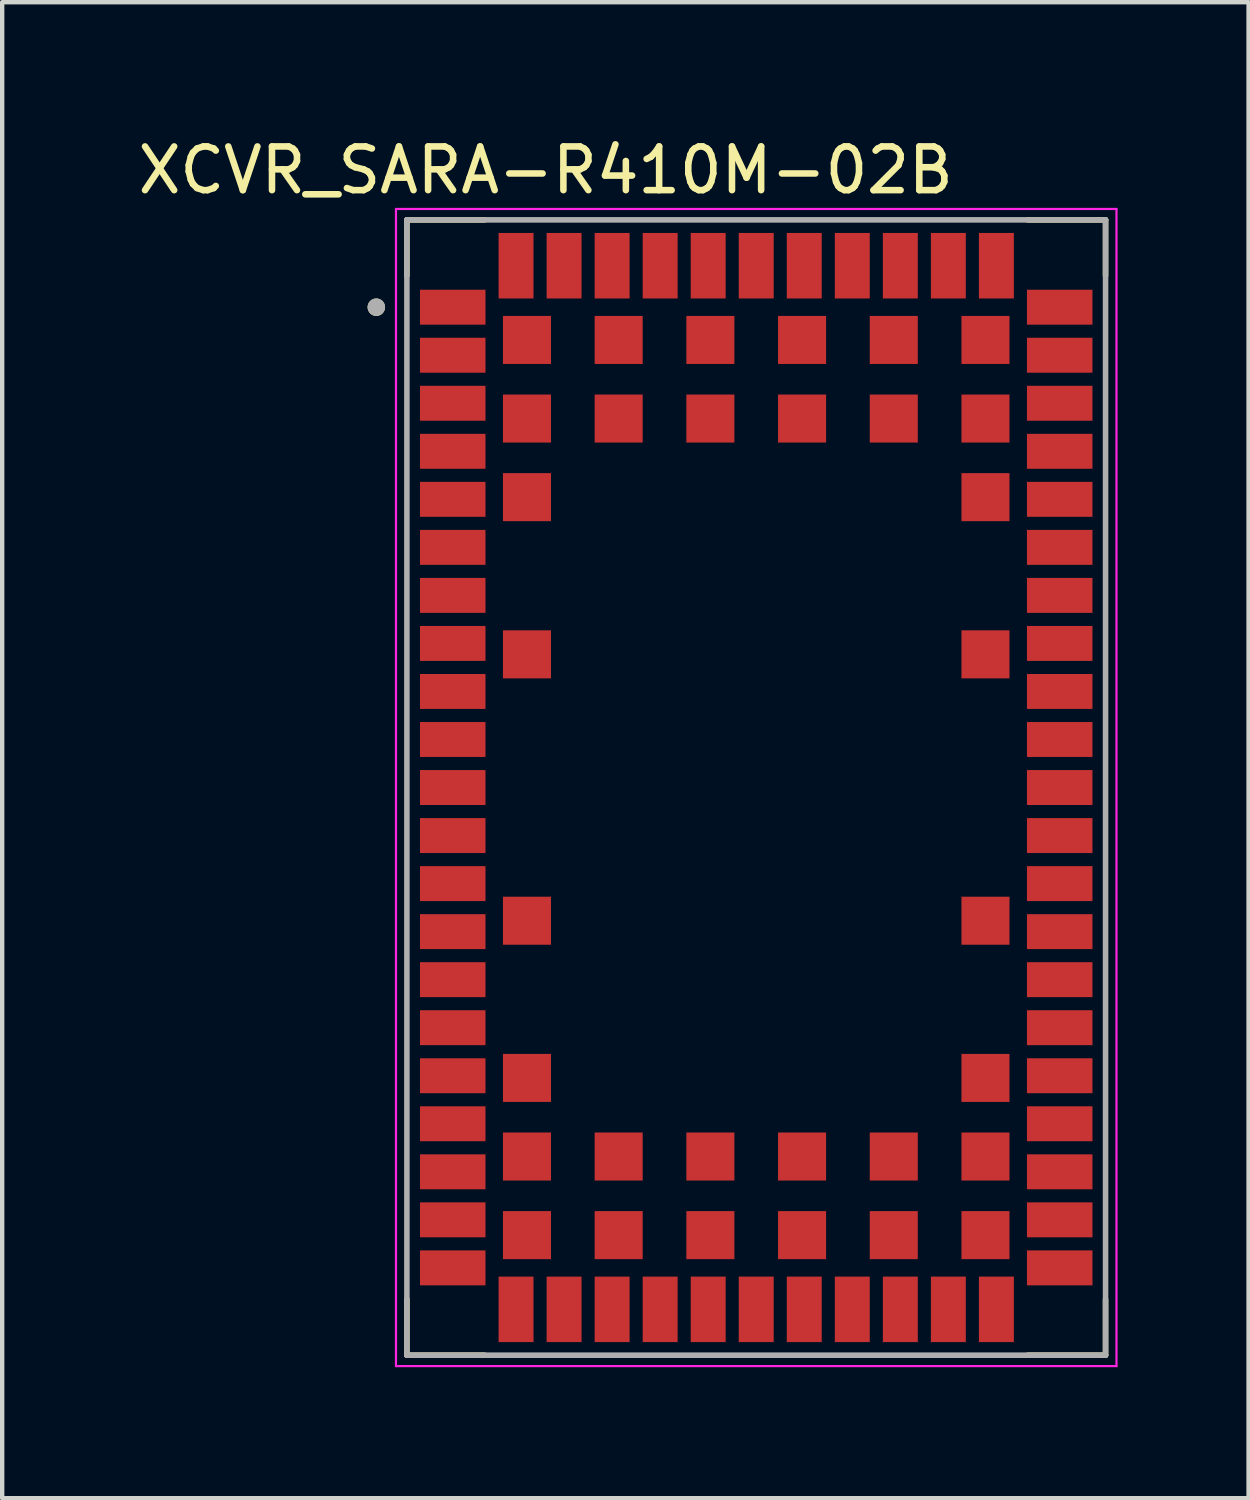
<source format=kicad_pcb>
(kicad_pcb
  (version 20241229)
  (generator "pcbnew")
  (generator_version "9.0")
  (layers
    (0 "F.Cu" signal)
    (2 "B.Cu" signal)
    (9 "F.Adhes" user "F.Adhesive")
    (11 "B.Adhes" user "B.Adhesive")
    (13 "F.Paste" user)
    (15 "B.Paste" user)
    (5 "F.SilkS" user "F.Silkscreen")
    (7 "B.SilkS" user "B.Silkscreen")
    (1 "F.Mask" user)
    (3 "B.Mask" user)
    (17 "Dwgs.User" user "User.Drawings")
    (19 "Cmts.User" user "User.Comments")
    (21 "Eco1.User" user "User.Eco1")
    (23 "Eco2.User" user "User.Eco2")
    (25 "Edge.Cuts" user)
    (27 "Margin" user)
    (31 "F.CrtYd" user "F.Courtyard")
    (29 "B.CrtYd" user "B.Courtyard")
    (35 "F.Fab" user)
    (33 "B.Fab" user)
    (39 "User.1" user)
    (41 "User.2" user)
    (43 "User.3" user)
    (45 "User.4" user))
  (footprint "XCVR_SARA-R410M-02B"
    (layer "F.Cu")
    (at 14.268 14.985)
    (property "Reference" "XCVR_SARA-R410M-02B" (at -4.821 -14.136 0) (layer "F.SilkS") (effects (font (size 1.001 1.001) (thickness 0.15))))
    (attr smd)
    (fp_poly (pts (xy -7.75 -11.45) (xy -6.15 -11.45) (xy -6.15 -10.55) (xy -7.75 -10.55)) (stroke (width 0.01) (type solid)) (fill yes) (layer "F.Mask"))
    (fp_poly (pts (xy -7.75 -10.35) (xy -6.15 -10.35) (xy -6.15 -9.45) (xy -7.75 -9.45)) (stroke (width 0.01) (type solid)) (fill yes) (layer "F.Mask"))
    (fp_poly (pts (xy -7.75 -9.25) (xy -6.15 -9.25) (xy -6.15 -8.35) (xy -7.75 -8.35)) (stroke (width 0.01) (type solid)) (fill yes) (layer "F.Mask"))
    (fp_poly (pts (xy -7.75 -8.15) (xy -6.15 -8.15) (xy -6.15 -7.25) (xy -7.75 -7.25)) (stroke (width 0.01) (type solid)) (fill yes) (layer "F.Mask"))
    (fp_poly (pts (xy -7.75 -7.05) (xy -6.15 -7.05) (xy -6.15 -6.15) (xy -7.75 -6.15)) (stroke (width 0.01) (type solid)) (fill yes) (layer "F.Mask"))
    (fp_poly (pts (xy -7.75 -5.95) (xy -6.15 -5.95) (xy -6.15 -5.05) (xy -7.75 -5.05)) (stroke (width 0.01) (type solid)) (fill yes) (layer "F.Mask"))
    (fp_poly (pts (xy -7.75 -4.85) (xy -6.15 -4.85) (xy -6.15 -3.95) (xy -7.75 -3.95)) (stroke (width 0.01) (type solid)) (fill yes) (layer "F.Mask"))
    (fp_poly (pts (xy -7.75 -3.75) (xy -6.15 -3.75) (xy -6.15 -2.85) (xy -7.75 -2.85)) (stroke (width 0.01) (type solid)) (fill yes) (layer "F.Mask"))
    (fp_poly (pts (xy -7.75 -2.65) (xy -6.15 -2.65) (xy -6.15 -1.75) (xy -7.75 -1.75)) (stroke (width 0.01) (type solid)) (fill yes) (layer "F.Mask"))
    (fp_poly (pts (xy -7.75 -1.55) (xy -6.15 -1.55) (xy -6.15 -0.65) (xy -7.75 -0.65)) (stroke (width 0.01) (type solid)) (fill yes) (layer "F.Mask"))
    (fp_poly (pts (xy -7.75 -0.45) (xy -6.15 -0.45) (xy -6.15 0.45) (xy -7.75 0.45)) (stroke (width 0.01) (type solid)) (fill yes) (layer "F.Mask"))
    (fp_poly (pts (xy -7.75 0.65) (xy -6.15 0.65) (xy -6.15 1.55) (xy -7.75 1.55)) (stroke (width 0.01) (type solid)) (fill yes) (layer "F.Mask"))
    (fp_poly (pts (xy -7.75 1.75) (xy -6.15 1.75) (xy -6.15 2.65) (xy -7.75 2.65)) (stroke (width 0.01) (type solid)) (fill yes) (layer "F.Mask"))
    (fp_poly (pts (xy -7.75 2.85) (xy -6.15 2.85) (xy -6.15 3.75) (xy -7.75 3.75)) (stroke (width 0.01) (type solid)) (fill yes) (layer "F.Mask"))
    (fp_poly (pts (xy -7.75 3.95) (xy -6.15 3.95) (xy -6.15 4.85) (xy -7.75 4.85)) (stroke (width 0.01) (type solid)) (fill yes) (layer "F.Mask"))
    (fp_poly (pts (xy -7.75 5.05) (xy -6.15 5.05) (xy -6.15 5.95) (xy -7.75 5.95)) (stroke (width 0.01) (type solid)) (fill yes) (layer "F.Mask"))
    (fp_poly (pts (xy -7.75 6.15) (xy -6.15 6.15) (xy -6.15 7.05) (xy -7.75 7.05)) (stroke (width 0.01) (type solid)) (fill yes) (layer "F.Mask"))
    (fp_poly (pts (xy -7.75 7.25) (xy -6.15 7.25) (xy -6.15 8.15) (xy -7.75 8.15)) (stroke (width 0.01) (type solid)) (fill yes) (layer "F.Mask"))
    (fp_poly (pts (xy -7.75 8.35) (xy -6.15 8.35) (xy -6.15 9.25) (xy -7.75 9.25)) (stroke (width 0.01) (type solid)) (fill yes) (layer "F.Mask"))
    (fp_poly (pts (xy -7.75 9.45) (xy -6.15 9.45) (xy -6.15 10.35) (xy -7.75 10.35)) (stroke (width 0.01) (type solid)) (fill yes) (layer "F.Mask"))
    (fp_poly (pts (xy -7.75 10.55) (xy -6.15 10.55) (xy -6.15 11.45) (xy -7.75 11.45)) (stroke (width 0.01) (type solid)) (fill yes) (layer "F.Mask"))
    (fp_poly (pts (xy -5.95 -12.75) (xy -5.05 -12.75) (xy -5.05 -11.15) (xy -5.95 -11.15)) (stroke (width 0.01) (type solid)) (fill yes) (layer "F.Mask"))
    (fp_poly (pts (xy -5.95 11.15) (xy -5.05 11.15) (xy -5.05 12.75) (xy -5.95 12.75)) (stroke (width 0.01) (type solid)) (fill yes) (layer "F.Mask"))
    (fp_poly (pts (xy -5.85 -10.85) (xy -4.65 -10.85) (xy -4.65 -9.65) (xy -5.85 -9.65)) (stroke (width 0.01) (type solid)) (fill yes) (layer "F.Mask"))
    (fp_poly (pts (xy -5.85 -9.05) (xy -4.65 -9.05) (xy -4.65 -7.85) (xy -5.85 -7.85)) (stroke (width 0.01) (type solid)) (fill yes) (layer "F.Mask"))
    (fp_poly (pts (xy -5.85 -7.25) (xy -4.65 -7.25) (xy -4.65 -6.05) (xy -5.85 -6.05)) (stroke (width 0.01) (type solid)) (fill yes) (layer "F.Mask"))
    (fp_poly (pts (xy -5.85 -3.65) (xy -4.65 -3.65) (xy -4.65 -2.45) (xy -5.85 -2.45)) (stroke (width 0.01) (type solid)) (fill yes) (layer "F.Mask"))
    (fp_poly (pts (xy -5.85 2.45) (xy -4.65 2.45) (xy -4.65 3.65) (xy -5.85 3.65)) (stroke (width 0.01) (type solid)) (fill yes) (layer "F.Mask"))
    (fp_poly (pts (xy -5.85 6.05) (xy -4.65 6.05) (xy -4.65 7.25) (xy -5.85 7.25)) (stroke (width 0.01) (type solid)) (fill yes) (layer "F.Mask"))
    (fp_poly (pts (xy -5.85 7.85) (xy -4.65 7.85) (xy -4.65 9.05) (xy -5.85 9.05)) (stroke (width 0.01) (type solid)) (fill yes) (layer "F.Mask"))
    (fp_poly (pts (xy -5.85 9.65) (xy -4.65 9.65) (xy -4.65 10.85) (xy -5.85 10.85)) (stroke (width 0.01) (type solid)) (fill yes) (layer "F.Mask"))
    (fp_poly (pts (xy -4.85 -12.75) (xy -3.95 -12.75) (xy -3.95 -11.15) (xy -4.85 -11.15)) (stroke (width 0.01) (type solid)) (fill yes) (layer "F.Mask"))
    (fp_poly (pts (xy -4.85 11.15) (xy -3.95 11.15) (xy -3.95 12.75) (xy -4.85 12.75)) (stroke (width 0.01) (type solid)) (fill yes) (layer "F.Mask"))
    (fp_poly (pts (xy -3.75 -12.75) (xy -2.85 -12.75) (xy -2.85 -11.15) (xy -3.75 -11.15)) (stroke (width 0.01) (type solid)) (fill yes) (layer "F.Mask"))
    (fp_poly (pts (xy -3.75 -10.85) (xy -2.55 -10.85) (xy -2.55 -9.65) (xy -3.75 -9.65)) (stroke (width 0.01) (type solid)) (fill yes) (layer "F.Mask"))
    (fp_poly (pts (xy -3.75 -9.05) (xy -2.55 -9.05) (xy -2.55 -7.85) (xy -3.75 -7.85)) (stroke (width 0.01) (type solid)) (fill yes) (layer "F.Mask"))
    (fp_poly (pts (xy -3.75 7.85) (xy -2.55 7.85) (xy -2.55 9.05) (xy -3.75 9.05)) (stroke (width 0.01) (type solid)) (fill yes) (layer "F.Mask"))
    (fp_poly (pts (xy -3.75 9.65) (xy -2.55 9.65) (xy -2.55 10.85) (xy -3.75 10.85)) (stroke (width 0.01) (type solid)) (fill yes) (layer "F.Mask"))
    (fp_poly (pts (xy -3.75 11.15) (xy -2.85 11.15) (xy -2.85 12.75) (xy -3.75 12.75)) (stroke (width 0.01) (type solid)) (fill yes) (layer "F.Mask"))
    (fp_poly (pts (xy -2.65 -12.75) (xy -1.75 -12.75) (xy -1.75 -11.15) (xy -2.65 -11.15)) (stroke (width 0.01) (type solid)) (fill yes) (layer "F.Mask"))
    (fp_poly (pts (xy -2.65 11.15) (xy -1.75 11.15) (xy -1.75 12.75) (xy -2.65 12.75)) (stroke (width 0.01) (type solid)) (fill yes) (layer "F.Mask"))
    (fp_poly (pts (xy -1.65 -10.85) (xy -0.45 -10.85) (xy -0.45 -9.65) (xy -1.65 -9.65)) (stroke (width 0.01) (type solid)) (fill yes) (layer "F.Mask"))
    (fp_poly (pts (xy -1.65 -9.05) (xy -0.45 -9.05) (xy -0.45 -7.85) (xy -1.65 -7.85)) (stroke (width 0.01) (type solid)) (fill yes) (layer "F.Mask"))
    (fp_poly (pts (xy -1.65 7.85) (xy -0.45 7.85) (xy -0.45 9.05) (xy -1.65 9.05)) (stroke (width 0.01) (type solid)) (fill yes) (layer "F.Mask"))
    (fp_poly (pts (xy -1.65 9.65) (xy -0.45 9.65) (xy -0.45 10.85) (xy -1.65 10.85)) (stroke (width 0.01) (type solid)) (fill yes) (layer "F.Mask"))
    (fp_poly (pts (xy -1.55 -12.75) (xy -0.65 -12.75) (xy -0.65 -11.15) (xy -1.55 -11.15)) (stroke (width 0.01) (type solid)) (fill yes) (layer "F.Mask"))
    (fp_poly (pts (xy -1.55 11.15) (xy -0.65 11.15) (xy -0.65 12.75) (xy -1.55 12.75)) (stroke (width 0.01) (type solid)) (fill yes) (layer "F.Mask"))
    (fp_poly (pts (xy -0.45 -12.75) (xy 0.45 -12.75) (xy 0.45 -11.15) (xy -0.45 -11.15)) (stroke (width 0.01) (type solid)) (fill yes) (layer "F.Mask"))
    (fp_poly (pts (xy -0.45 11.15) (xy 0.45 11.15) (xy 0.45 12.75) (xy -0.45 12.75)) (stroke (width 0.01) (type solid)) (fill yes) (layer "F.Mask"))
    (fp_poly (pts (xy 0.45 -10.85) (xy 1.65 -10.85) (xy 1.65 -9.65) (xy 0.45 -9.65)) (stroke (width 0.01) (type solid)) (fill yes) (layer "F.Mask"))
    (fp_poly (pts (xy 0.45 -9.05) (xy 1.65 -9.05) (xy 1.65 -7.85) (xy 0.45 -7.85)) (stroke (width 0.01) (type solid)) (fill yes) (layer "F.Mask"))
    (fp_poly (pts (xy 0.45 7.85) (xy 1.65 7.85) (xy 1.65 9.05) (xy 0.45 9.05)) (stroke (width 0.01) (type solid)) (fill yes) (layer "F.Mask"))
    (fp_poly (pts (xy 0.45 9.65) (xy 1.65 9.65) (xy 1.65 10.85) (xy 0.45 10.85)) (stroke (width 0.01) (type solid)) (fill yes) (layer "F.Mask"))
    (fp_poly (pts (xy 0.65 -12.75) (xy 1.55 -12.75) (xy 1.55 -11.15) (xy 0.65 -11.15)) (stroke (width 0.01) (type solid)) (fill yes) (layer "F.Mask"))
    (fp_poly (pts (xy 0.65 11.15) (xy 1.55 11.15) (xy 1.55 12.75) (xy 0.65 12.75)) (stroke (width 0.01) (type solid)) (fill yes) (layer "F.Mask"))
    (fp_poly (pts (xy 1.75 -12.75) (xy 2.65 -12.75) (xy 2.65 -11.15) (xy 1.75 -11.15)) (stroke (width 0.01) (type solid)) (fill yes) (layer "F.Mask"))
    (fp_poly (pts (xy 1.75 11.15) (xy 2.65 11.15) (xy 2.65 12.75) (xy 1.75 12.75)) (stroke (width 0.01) (type solid)) (fill yes) (layer "F.Mask"))
    (fp_poly (pts (xy 2.55 -10.85) (xy 3.75 -10.85) (xy 3.75 -9.65) (xy 2.55 -9.65)) (stroke (width 0.01) (type solid)) (fill yes) (layer "F.Mask"))
    (fp_poly (pts (xy 2.55 -9.05) (xy 3.75 -9.05) (xy 3.75 -7.85) (xy 2.55 -7.85)) (stroke (width 0.01) (type solid)) (fill yes) (layer "F.Mask"))
    (fp_poly (pts (xy 2.55 7.85) (xy 3.75 7.85) (xy 3.75 9.05) (xy 2.55 9.05)) (stroke (width 0.01) (type solid)) (fill yes) (layer "F.Mask"))
    (fp_poly (pts (xy 2.55 9.65) (xy 3.75 9.65) (xy 3.75 10.85) (xy 2.55 10.85)) (stroke (width 0.01) (type solid)) (fill yes) (layer "F.Mask"))
    (fp_poly (pts (xy 2.85 -12.75) (xy 3.75 -12.75) (xy 3.75 -11.15) (xy 2.85 -11.15)) (stroke (width 0.01) (type solid)) (fill yes) (layer "F.Mask"))
    (fp_poly (pts (xy 2.85 11.15) (xy 3.75 11.15) (xy 3.75 12.75) (xy 2.85 12.75)) (stroke (width 0.01) (type solid)) (fill yes) (layer "F.Mask"))
    (fp_poly (pts (xy 3.95 -12.75) (xy 4.85 -12.75) (xy 4.85 -11.15) (xy 3.95 -11.15)) (stroke (width 0.01) (type solid)) (fill yes) (layer "F.Mask"))
    (fp_poly (pts (xy 3.95 11.15) (xy 4.85 11.15) (xy 4.85 12.75) (xy 3.95 12.75)) (stroke (width 0.01) (type solid)) (fill yes) (layer "F.Mask"))
    (fp_poly (pts (xy 4.65 -10.85) (xy 5.85 -10.85) (xy 5.85 -9.65) (xy 4.65 -9.65)) (stroke (width 0.01) (type solid)) (fill yes) (layer "F.Mask"))
    (fp_poly (pts (xy 4.65 -9.05) (xy 5.85 -9.05) (xy 5.85 -7.85) (xy 4.65 -7.85)) (stroke (width 0.01) (type solid)) (fill yes) (layer "F.Mask"))
    (fp_poly (pts (xy 4.65 -7.25) (xy 5.85 -7.25) (xy 5.85 -6.05) (xy 4.65 -6.05)) (stroke (width 0.01) (type solid)) (fill yes) (layer "F.Mask"))
    (fp_poly (pts (xy 4.65 -3.65) (xy 5.85 -3.65) (xy 5.85 -2.45) (xy 4.65 -2.45)) (stroke (width 0.01) (type solid)) (fill yes) (layer "F.Mask"))
    (fp_poly (pts (xy 4.65 2.45) (xy 5.85 2.45) (xy 5.85 3.65) (xy 4.65 3.65)) (stroke (width 0.01) (type solid)) (fill yes) (layer "F.Mask"))
    (fp_poly (pts (xy 4.65 6.05) (xy 5.85 6.05) (xy 5.85 7.25) (xy 4.65 7.25)) (stroke (width 0.01) (type solid)) (fill yes) (layer "F.Mask"))
    (fp_poly (pts (xy 4.65 7.85) (xy 5.85 7.85) (xy 5.85 9.05) (xy 4.65 9.05)) (stroke (width 0.01) (type solid)) (fill yes) (layer "F.Mask"))
    (fp_poly (pts (xy 4.65 9.65) (xy 5.85 9.65) (xy 5.85 10.85) (xy 4.65 10.85)) (stroke (width 0.01) (type solid)) (fill yes) (layer "F.Mask"))
    (fp_poly (pts (xy 5.05 -12.75) (xy 5.95 -12.75) (xy 5.95 -11.15) (xy 5.05 -11.15)) (stroke (width 0.01) (type solid)) (fill yes) (layer "F.Mask"))
    (fp_poly (pts (xy 5.05 11.15) (xy 5.95 11.15) (xy 5.95 12.75) (xy 5.05 12.75)) (stroke (width 0.01) (type solid)) (fill yes) (layer "F.Mask"))
    (fp_poly (pts (xy 6.15 -11.45) (xy 7.75 -11.45) (xy 7.75 -10.55) (xy 6.15 -10.55)) (stroke (width 0.01) (type solid)) (fill yes) (layer "F.Mask"))
    (fp_poly (pts (xy 6.15 -10.35) (xy 7.75 -10.35) (xy 7.75 -9.45) (xy 6.15 -9.45)) (stroke (width 0.01) (type solid)) (fill yes) (layer "F.Mask"))
    (fp_poly (pts (xy 6.15 -9.25) (xy 7.75 -9.25) (xy 7.75 -8.35) (xy 6.15 -8.35)) (stroke (width 0.01) (type solid)) (fill yes) (layer "F.Mask"))
    (fp_poly (pts (xy 6.15 -8.15) (xy 7.75 -8.15) (xy 7.75 -7.25) (xy 6.15 -7.25)) (stroke (width 0.01) (type solid)) (fill yes) (layer "F.Mask"))
    (fp_poly (pts (xy 6.15 -7.05) (xy 7.75 -7.05) (xy 7.75 -6.15) (xy 6.15 -6.15)) (stroke (width 0.01) (type solid)) (fill yes) (layer "F.Mask"))
    (fp_poly (pts (xy 6.15 -5.95) (xy 7.75 -5.95) (xy 7.75 -5.05) (xy 6.15 -5.05)) (stroke (width 0.01) (type solid)) (fill yes) (layer "F.Mask"))
    (fp_poly (pts (xy 6.15 -4.85) (xy 7.75 -4.85) (xy 7.75 -3.95) (xy 6.15 -3.95)) (stroke (width 0.01) (type solid)) (fill yes) (layer "F.Mask"))
    (fp_poly (pts (xy 6.15 -3.75) (xy 7.75 -3.75) (xy 7.75 -2.85) (xy 6.15 -2.85)) (stroke (width 0.01) (type solid)) (fill yes) (layer "F.Mask"))
    (fp_poly (pts (xy 6.15 -2.65) (xy 7.75 -2.65) (xy 7.75 -1.75) (xy 6.15 -1.75)) (stroke (width 0.01) (type solid)) (fill yes) (layer "F.Mask"))
    (fp_poly (pts (xy 6.15 -1.55) (xy 7.75 -1.55) (xy 7.75 -0.65) (xy 6.15 -0.65)) (stroke (width 0.01) (type solid)) (fill yes) (layer "F.Mask"))
    (fp_poly (pts (xy 6.15 -0.45) (xy 7.75 -0.45) (xy 7.75 0.45) (xy 6.15 0.45)) (stroke (width 0.01) (type solid)) (fill yes) (layer "F.Mask"))
    (fp_poly (pts (xy 6.15 0.65) (xy 7.75 0.65) (xy 7.75 1.55) (xy 6.15 1.55)) (stroke (width 0.01) (type solid)) (fill yes) (layer "F.Mask"))
    (fp_poly (pts (xy 6.15 1.75) (xy 7.75 1.75) (xy 7.75 2.65) (xy 6.15 2.65)) (stroke (width 0.01) (type solid)) (fill yes) (layer "F.Mask"))
    (fp_poly (pts (xy 6.15 2.85) (xy 7.75 2.85) (xy 7.75 3.75) (xy 6.15 3.75)) (stroke (width 0.01) (type solid)) (fill yes) (layer "F.Mask"))
    (fp_poly (pts (xy 6.15 3.95) (xy 7.75 3.95) (xy 7.75 4.85) (xy 6.15 4.85)) (stroke (width 0.01) (type solid)) (fill yes) (layer "F.Mask"))
    (fp_poly (pts (xy 6.15 5.05) (xy 7.75 5.05) (xy 7.75 5.95) (xy 6.15 5.95)) (stroke (width 0.01) (type solid)) (fill yes) (layer "F.Mask"))
    (fp_poly (pts (xy 6.15 6.15) (xy 7.75 6.15) (xy 7.75 7.05) (xy 6.15 7.05)) (stroke (width 0.01) (type solid)) (fill yes) (layer "F.Mask"))
    (fp_poly (pts (xy 6.15 7.25) (xy 7.75 7.25) (xy 7.75 8.15) (xy 6.15 8.15)) (stroke (width 0.01) (type solid)) (fill yes) (layer "F.Mask"))
    (fp_poly (pts (xy 6.15 8.35) (xy 7.75 8.35) (xy 7.75 9.25) (xy 6.15 9.25)) (stroke (width 0.01) (type solid)) (fill yes) (layer "F.Mask"))
    (fp_poly (pts (xy 6.15 9.45) (xy 7.75 9.45) (xy 7.75 10.35) (xy 6.15 10.35)) (stroke (width 0.01) (type solid)) (fill yes) (layer "F.Mask"))
    (fp_poly (pts (xy 6.15 10.55) (xy 7.75 10.55) (xy 7.75 11.45) (xy 6.15 11.45)) (stroke (width 0.01) (type solid)) (fill yes) (layer "F.Mask"))
    (fp_line (start -8 -13) (end -6.22 -13) (stroke (width 0.127) (type solid)) (layer "F.SilkS"))
    (fp_line (start -8 -11.72) (end -8 -13) (stroke (width 0.127) (type solid)) (layer "F.SilkS"))
    (fp_line (start -8 13) (end -8 11.72) (stroke (width 0.127) (type solid)) (layer "F.SilkS"))
    (fp_line (start -8 13) (end -6.22 13) (stroke (width 0.127) (type solid)) (layer "F.SilkS"))
    (fp_line (start 8 -13) (end 6.22 -13) (stroke (width 0.127) (type solid)) (layer "F.SilkS"))
    (fp_line (start 8 -11.72) (end 8 -13) (stroke (width 0.127) (type solid)) (layer "F.SilkS"))
    (fp_line (start 8 13) (end 6.22 13) (stroke (width 0.127) (type solid)) (layer "F.SilkS"))
    (fp_line (start 8 13) (end 8 11.72) (stroke (width 0.127) (type solid)) (layer "F.SilkS"))
    (fp_circle (center -8.7 -11) (end -8.6 -11) (stroke (width 0.2) (type solid)) (fill no) (layer "F.SilkS"))
    (fp_poly (pts (xy -7.775 -11.375) (xy -6.225 -11.375) (xy -6.225 -10.625) (xy -7.775 -10.625)) (stroke (width 0.01) (type solid)) (fill yes) (layer "F.Paste"))
    (fp_poly (pts (xy -7.775 -10.275) (xy -6.225 -10.275) (xy -6.225 -9.525) (xy -7.775 -9.525)) (stroke (width 0.01) (type solid)) (fill yes) (layer "F.Paste"))
    (fp_poly (pts (xy -7.775 -9.175) (xy -6.225 -9.175) (xy -6.225 -8.425) (xy -7.775 -8.425)) (stroke (width 0.01) (type solid)) (fill yes) (layer "F.Paste"))
    (fp_poly (pts (xy -7.775 -8.075) (xy -6.225 -8.075) (xy -6.225 -7.325) (xy -7.775 -7.325)) (stroke (width 0.01) (type solid)) (fill yes) (layer "F.Paste"))
    (fp_poly (pts (xy -7.775 -6.975) (xy -6.225 -6.975) (xy -6.225 -6.225) (xy -7.775 -6.225)) (stroke (width 0.01) (type solid)) (fill yes) (layer "F.Paste"))
    (fp_poly (pts (xy -7.775 -5.875) (xy -6.225 -5.875) (xy -6.225 -5.125) (xy -7.775 -5.125)) (stroke (width 0.01) (type solid)) (fill yes) (layer "F.Paste"))
    (fp_poly (pts (xy -7.775 -4.775) (xy -6.225 -4.775) (xy -6.225 -4.025) (xy -7.775 -4.025)) (stroke (width 0.01) (type solid)) (fill yes) (layer "F.Paste"))
    (fp_poly (pts (xy -7.775 -3.675) (xy -6.225 -3.675) (xy -6.225 -2.925) (xy -7.775 -2.925)) (stroke (width 0.01) (type solid)) (fill yes) (layer "F.Paste"))
    (fp_poly (pts (xy -7.775 -2.575) (xy -6.225 -2.575) (xy -6.225 -1.825) (xy -7.775 -1.825)) (stroke (width 0.01) (type solid)) (fill yes) (layer "F.Paste"))
    (fp_poly (pts (xy -7.775 -1.475) (xy -6.225 -1.475) (xy -6.225 -0.725) (xy -7.775 -0.725)) (stroke (width 0.01) (type solid)) (fill yes) (layer "F.Paste"))
    (fp_poly (pts (xy -7.775 -0.375) (xy -6.225 -0.375) (xy -6.225 0.375) (xy -7.775 0.375)) (stroke (width 0.01) (type solid)) (fill yes) (layer "F.Paste"))
    (fp_poly (pts (xy -7.775 0.725) (xy -6.225 0.725) (xy -6.225 1.475) (xy -7.775 1.475)) (stroke (width 0.01) (type solid)) (fill yes) (layer "F.Paste"))
    (fp_poly (pts (xy -7.775 1.825) (xy -6.225 1.825) (xy -6.225 2.575) (xy -7.775 2.575)) (stroke (width 0.01) (type solid)) (fill yes) (layer "F.Paste"))
    (fp_poly (pts (xy -7.775 2.925) (xy -6.225 2.925) (xy -6.225 3.675) (xy -7.775 3.675)) (stroke (width 0.01) (type solid)) (fill yes) (layer "F.Paste"))
    (fp_poly (pts (xy -7.775 4.025) (xy -6.225 4.025) (xy -6.225 4.775) (xy -7.775 4.775)) (stroke (width 0.01) (type solid)) (fill yes) (layer "F.Paste"))
    (fp_poly (pts (xy -7.775 5.125) (xy -6.225 5.125) (xy -6.225 5.875) (xy -7.775 5.875)) (stroke (width 0.01) (type solid)) (fill yes) (layer "F.Paste"))
    (fp_poly (pts (xy -7.775 6.225) (xy -6.225 6.225) (xy -6.225 6.975) (xy -7.775 6.975)) (stroke (width 0.01) (type solid)) (fill yes) (layer "F.Paste"))
    (fp_poly (pts (xy -7.775 7.325) (xy -6.225 7.325) (xy -6.225 8.075) (xy -7.775 8.075)) (stroke (width 0.01) (type solid)) (fill yes) (layer "F.Paste"))
    (fp_poly (pts (xy -7.775 8.425) (xy -6.225 8.425) (xy -6.225 9.175) (xy -7.775 9.175)) (stroke (width 0.01) (type solid)) (fill yes) (layer "F.Paste"))
    (fp_poly (pts (xy -7.775 9.525) (xy -6.225 9.525) (xy -6.225 10.275) (xy -7.775 10.275)) (stroke (width 0.01) (type solid)) (fill yes) (layer "F.Paste"))
    (fp_poly (pts (xy -7.775 10.625) (xy -6.225 10.625) (xy -6.225 11.375) (xy -7.775 11.375)) (stroke (width 0.01) (type solid)) (fill yes) (layer "F.Paste"))
    (fp_poly (pts (xy -5.875 -12.775) (xy -5.125 -12.775) (xy -5.125 -11.225) (xy -5.875 -11.225)) (stroke (width 0.01) (type solid)) (fill yes) (layer "F.Paste"))
    (fp_poly (pts (xy -5.875 11.225) (xy -5.125 11.225) (xy -5.125 12.775) (xy -5.875 12.775)) (stroke (width 0.01) (type solid)) (fill yes) (layer "F.Paste"))
    (fp_poly (pts (xy -5.775 -10.775) (xy -4.725 -10.775) (xy -4.725 -9.725) (xy -5.775 -9.725)) (stroke (width 0.01) (type solid)) (fill yes) (layer "F.Paste"))
    (fp_poly (pts (xy -5.775 -8.975) (xy -4.725 -8.975) (xy -4.725 -7.925) (xy -5.775 -7.925)) (stroke (width 0.01) (type solid)) (fill yes) (layer "F.Paste"))
    (fp_poly (pts (xy -5.775 -7.175) (xy -4.725 -7.175) (xy -4.725 -6.125) (xy -5.775 -6.125)) (stroke (width 0.01) (type solid)) (fill yes) (layer "F.Paste"))
    (fp_poly (pts (xy -5.775 -3.575) (xy -4.725 -3.575) (xy -4.725 -2.525) (xy -5.775 -2.525)) (stroke (width 0.01) (type solid)) (fill yes) (layer "F.Paste"))
    (fp_poly (pts (xy -5.775 2.525) (xy -4.725 2.525) (xy -4.725 3.575) (xy -5.775 3.575)) (stroke (width 0.01) (type solid)) (fill yes) (layer "F.Paste"))
    (fp_poly (pts (xy -5.775 6.125) (xy -4.725 6.125) (xy -4.725 7.175) (xy -5.775 7.175)) (stroke (width 0.01) (type solid)) (fill yes) (layer "F.Paste"))
    (fp_poly (pts (xy -5.775 7.925) (xy -4.725 7.925) (xy -4.725 8.975) (xy -5.775 8.975)) (stroke (width 0.01) (type solid)) (fill yes) (layer "F.Paste"))
    (fp_poly (pts (xy -5.775 9.725) (xy -4.725 9.725) (xy -4.725 10.775) (xy -5.775 10.775)) (stroke (width 0.01) (type solid)) (fill yes) (layer "F.Paste"))
    (fp_poly (pts (xy -4.775 -12.775) (xy -4.025 -12.775) (xy -4.025 -11.225) (xy -4.775 -11.225)) (stroke (width 0.01) (type solid)) (fill yes) (layer "F.Paste"))
    (fp_poly (pts (xy -4.775 11.225) (xy -4.025 11.225) (xy -4.025 12.775) (xy -4.775 12.775)) (stroke (width 0.01) (type solid)) (fill yes) (layer "F.Paste"))
    (fp_poly (pts (xy -3.675 -12.775) (xy -2.925 -12.775) (xy -2.925 -11.225) (xy -3.675 -11.225)) (stroke (width 0.01) (type solid)) (fill yes) (layer "F.Paste"))
    (fp_poly (pts (xy -3.675 -10.775) (xy -2.625 -10.775) (xy -2.625 -9.725) (xy -3.675 -9.725)) (stroke (width 0.01) (type solid)) (fill yes) (layer "F.Paste"))
    (fp_poly (pts (xy -3.675 -8.975) (xy -2.625 -8.975) (xy -2.625 -7.925) (xy -3.675 -7.925)) (stroke (width 0.01) (type solid)) (fill yes) (layer "F.Paste"))
    (fp_poly (pts (xy -3.675 7.925) (xy -2.625 7.925) (xy -2.625 8.975) (xy -3.675 8.975)) (stroke (width 0.01) (type solid)) (fill yes) (layer "F.Paste"))
    (fp_poly (pts (xy -3.675 9.725) (xy -2.625 9.725) (xy -2.625 10.775) (xy -3.675 10.775)) (stroke (width 0.01) (type solid)) (fill yes) (layer "F.Paste"))
    (fp_poly (pts (xy -3.675 11.225) (xy -2.925 11.225) (xy -2.925 12.775) (xy -3.675 12.775)) (stroke (width 0.01) (type solid)) (fill yes) (layer "F.Paste"))
    (fp_poly (pts (xy -2.575 -12.775) (xy -1.825 -12.775) (xy -1.825 -11.225) (xy -2.575 -11.225)) (stroke (width 0.01) (type solid)) (fill yes) (layer "F.Paste"))
    (fp_poly (pts (xy -2.575 11.225) (xy -1.825 11.225) (xy -1.825 12.775) (xy -2.575 12.775)) (stroke (width 0.01) (type solid)) (fill yes) (layer "F.Paste"))
    (fp_poly (pts (xy -1.575 -10.775) (xy -0.525 -10.775) (xy -0.525 -9.725) (xy -1.575 -9.725)) (stroke (width 0.01) (type solid)) (fill yes) (layer "F.Paste"))
    (fp_poly (pts (xy -1.575 -8.975) (xy -0.525 -8.975) (xy -0.525 -7.925) (xy -1.575 -7.925)) (stroke (width 0.01) (type solid)) (fill yes) (layer "F.Paste"))
    (fp_poly (pts (xy -1.575 7.925) (xy -0.525 7.925) (xy -0.525 8.975) (xy -1.575 8.975)) (stroke (width 0.01) (type solid)) (fill yes) (layer "F.Paste"))
    (fp_poly (pts (xy -1.575 9.725) (xy -0.525 9.725) (xy -0.525 10.775) (xy -1.575 10.775)) (stroke (width 0.01) (type solid)) (fill yes) (layer "F.Paste"))
    (fp_poly (pts (xy -1.475 -12.775) (xy -0.725 -12.775) (xy -0.725 -11.225) (xy -1.475 -11.225)) (stroke (width 0.01) (type solid)) (fill yes) (layer "F.Paste"))
    (fp_poly (pts (xy -1.475 11.225) (xy -0.725 11.225) (xy -0.725 12.775) (xy -1.475 12.775)) (stroke (width 0.01) (type solid)) (fill yes) (layer "F.Paste"))
    (fp_poly (pts (xy -0.375 -12.775) (xy 0.375 -12.775) (xy 0.375 -11.225) (xy -0.375 -11.225)) (stroke (width 0.01) (type solid)) (fill yes) (layer "F.Paste"))
    (fp_poly (pts (xy -0.375 11.225) (xy 0.375 11.225) (xy 0.375 12.775) (xy -0.375 12.775)) (stroke (width 0.01) (type solid)) (fill yes) (layer "F.Paste"))
    (fp_poly (pts (xy 0.525 -10.775) (xy 1.575 -10.775) (xy 1.575 -9.725) (xy 0.525 -9.725)) (stroke (width 0.01) (type solid)) (fill yes) (layer "F.Paste"))
    (fp_poly (pts (xy 0.525 -8.975) (xy 1.575 -8.975) (xy 1.575 -7.925) (xy 0.525 -7.925)) (stroke (width 0.01) (type solid)) (fill yes) (layer "F.Paste"))
    (fp_poly (pts (xy 0.525 7.925) (xy 1.575 7.925) (xy 1.575 8.975) (xy 0.525 8.975)) (stroke (width 0.01) (type solid)) (fill yes) (layer "F.Paste"))
    (fp_poly (pts (xy 0.525 9.725) (xy 1.575 9.725) (xy 1.575 10.775) (xy 0.525 10.775)) (stroke (width 0.01) (type solid)) (fill yes) (layer "F.Paste"))
    (fp_poly (pts (xy 0.725 -12.775) (xy 1.475 -12.775) (xy 1.475 -11.225) (xy 0.725 -11.225)) (stroke (width 0.01) (type solid)) (fill yes) (layer "F.Paste"))
    (fp_poly (pts (xy 0.725 11.225) (xy 1.475 11.225) (xy 1.475 12.775) (xy 0.725 12.775)) (stroke (width 0.01) (type solid)) (fill yes) (layer "F.Paste"))
    (fp_poly (pts (xy 1.825 -12.775) (xy 2.575 -12.775) (xy 2.575 -11.225) (xy 1.825 -11.225)) (stroke (width 0.01) (type solid)) (fill yes) (layer "F.Paste"))
    (fp_poly (pts (xy 1.825 11.225) (xy 2.575 11.225) (xy 2.575 12.775) (xy 1.825 12.775)) (stroke (width 0.01) (type solid)) (fill yes) (layer "F.Paste"))
    (fp_poly (pts (xy 2.625 -10.775) (xy 3.675 -10.775) (xy 3.675 -9.725) (xy 2.625 -9.725)) (stroke (width 0.01) (type solid)) (fill yes) (layer "F.Paste"))
    (fp_poly (pts (xy 2.625 -8.975) (xy 3.675 -8.975) (xy 3.675 -7.925) (xy 2.625 -7.925)) (stroke (width 0.01) (type solid)) (fill yes) (layer "F.Paste"))
    (fp_poly (pts (xy 2.625 7.925) (xy 3.675 7.925) (xy 3.675 8.975) (xy 2.625 8.975)) (stroke (width 0.01) (type solid)) (fill yes) (layer "F.Paste"))
    (fp_poly (pts (xy 2.625 9.725) (xy 3.675 9.725) (xy 3.675 10.775) (xy 2.625 10.775)) (stroke (width 0.01) (type solid)) (fill yes) (layer "F.Paste"))
    (fp_poly (pts (xy 2.925 -12.775) (xy 3.675 -12.775) (xy 3.675 -11.225) (xy 2.925 -11.225)) (stroke (width 0.01) (type solid)) (fill yes) (layer "F.Paste"))
    (fp_poly (pts (xy 2.925 11.225) (xy 3.675 11.225) (xy 3.675 12.775) (xy 2.925 12.775)) (stroke (width 0.01) (type solid)) (fill yes) (layer "F.Paste"))
    (fp_poly (pts (xy 4.025 -12.775) (xy 4.775 -12.775) (xy 4.775 -11.225) (xy 4.025 -11.225)) (stroke (width 0.01) (type solid)) (fill yes) (layer "F.Paste"))
    (fp_poly (pts (xy 4.025 11.225) (xy 4.775 11.225) (xy 4.775 12.775) (xy 4.025 12.775)) (stroke (width 0.01) (type solid)) (fill yes) (layer "F.Paste"))
    (fp_poly (pts (xy 4.725 -10.775) (xy 5.775 -10.775) (xy 5.775 -9.725) (xy 4.725 -9.725)) (stroke (width 0.01) (type solid)) (fill yes) (layer "F.Paste"))
    (fp_poly (pts (xy 4.725 -8.975) (xy 5.775 -8.975) (xy 5.775 -7.925) (xy 4.725 -7.925)) (stroke (width 0.01) (type solid)) (fill yes) (layer "F.Paste"))
    (fp_poly (pts (xy 4.725 -7.175) (xy 5.775 -7.175) (xy 5.775 -6.125) (xy 4.725 -6.125)) (stroke (width 0.01) (type solid)) (fill yes) (layer "F.Paste"))
    (fp_poly (pts (xy 4.725 -3.575) (xy 5.775 -3.575) (xy 5.775 -2.525) (xy 4.725 -2.525)) (stroke (width 0.01) (type solid)) (fill yes) (layer "F.Paste"))
    (fp_poly (pts (xy 4.725 2.525) (xy 5.775 2.525) (xy 5.775 3.575) (xy 4.725 3.575)) (stroke (width 0.01) (type solid)) (fill yes) (layer "F.Paste"))
    (fp_poly (pts (xy 4.725 6.125) (xy 5.775 6.125) (xy 5.775 7.175) (xy 4.725 7.175)) (stroke (width 0.01) (type solid)) (fill yes) (layer "F.Paste"))
    (fp_poly (pts (xy 4.725 7.925) (xy 5.775 7.925) (xy 5.775 8.975) (xy 4.725 8.975)) (stroke (width 0.01) (type solid)) (fill yes) (layer "F.Paste"))
    (fp_poly (pts (xy 4.725 9.725) (xy 5.775 9.725) (xy 5.775 10.775) (xy 4.725 10.775)) (stroke (width 0.01) (type solid)) (fill yes) (layer "F.Paste"))
    (fp_poly (pts (xy 5.125 -12.775) (xy 5.875 -12.775) (xy 5.875 -11.225) (xy 5.125 -11.225)) (stroke (width 0.01) (type solid)) (fill yes) (layer "F.Paste"))
    (fp_poly (pts (xy 5.125 11.225) (xy 5.875 11.225) (xy 5.875 12.775) (xy 5.125 12.775)) (stroke (width 0.01) (type solid)) (fill yes) (layer "F.Paste"))
    (fp_poly (pts (xy 6.225 -11.375) (xy 7.775 -11.375) (xy 7.775 -10.625) (xy 6.225 -10.625)) (stroke (width 0.01) (type solid)) (fill yes) (layer "F.Paste"))
    (fp_poly (pts (xy 6.225 -10.275) (xy 7.775 -10.275) (xy 7.775 -9.525) (xy 6.225 -9.525)) (stroke (width 0.01) (type solid)) (fill yes) (layer "F.Paste"))
    (fp_poly (pts (xy 6.225 -9.175) (xy 7.775 -9.175) (xy 7.775 -8.425) (xy 6.225 -8.425)) (stroke (width 0.01) (type solid)) (fill yes) (layer "F.Paste"))
    (fp_poly (pts (xy 6.225 -8.075) (xy 7.775 -8.075) (xy 7.775 -7.325) (xy 6.225 -7.325)) (stroke (width 0.01) (type solid)) (fill yes) (layer "F.Paste"))
    (fp_poly (pts (xy 6.225 -6.975) (xy 7.775 -6.975) (xy 7.775 -6.225) (xy 6.225 -6.225)) (stroke (width 0.01) (type solid)) (fill yes) (layer "F.Paste"))
    (fp_poly (pts (xy 6.225 -5.875) (xy 7.775 -5.875) (xy 7.775 -5.125) (xy 6.225 -5.125)) (stroke (width 0.01) (type solid)) (fill yes) (layer "F.Paste"))
    (fp_poly (pts (xy 6.225 -4.775) (xy 7.775 -4.775) (xy 7.775 -4.025) (xy 6.225 -4.025)) (stroke (width 0.01) (type solid)) (fill yes) (layer "F.Paste"))
    (fp_poly (pts (xy 6.225 -3.675) (xy 7.775 -3.675) (xy 7.775 -2.925) (xy 6.225 -2.925)) (stroke (width 0.01) (type solid)) (fill yes) (layer "F.Paste"))
    (fp_poly (pts (xy 6.225 -2.575) (xy 7.775 -2.575) (xy 7.775 -1.825) (xy 6.225 -1.825)) (stroke (width 0.01) (type solid)) (fill yes) (layer "F.Paste"))
    (fp_poly (pts (xy 6.225 -1.475) (xy 7.775 -1.475) (xy 7.775 -0.725) (xy 6.225 -0.725)) (stroke (width 0.01) (type solid)) (fill yes) (layer "F.Paste"))
    (fp_poly (pts (xy 6.225 -0.375) (xy 7.775 -0.375) (xy 7.775 0.375) (xy 6.225 0.375)) (stroke (width 0.01) (type solid)) (fill yes) (layer "F.Paste"))
    (fp_poly (pts (xy 6.225 0.725) (xy 7.775 0.725) (xy 7.775 1.475) (xy 6.225 1.475)) (stroke (width 0.01) (type solid)) (fill yes) (layer "F.Paste"))
    (fp_poly (pts (xy 6.225 1.825) (xy 7.775 1.825) (xy 7.775 2.575) (xy 6.225 2.575)) (stroke (width 0.01) (type solid)) (fill yes) (layer "F.Paste"))
    (fp_poly (pts (xy 6.225 2.925) (xy 7.775 2.925) (xy 7.775 3.675) (xy 6.225 3.675)) (stroke (width 0.01) (type solid)) (fill yes) (layer "F.Paste"))
    (fp_poly (pts (xy 6.225 4.025) (xy 7.775 4.025) (xy 7.775 4.775) (xy 6.225 4.775)) (stroke (width 0.01) (type solid)) (fill yes) (layer "F.Paste"))
    (fp_poly (pts (xy 6.225 5.125) (xy 7.775 5.125) (xy 7.775 5.875) (xy 6.225 5.875)) (stroke (width 0.01) (type solid)) (fill yes) (layer "F.Paste"))
    (fp_poly (pts (xy 6.225 6.225) (xy 7.775 6.225) (xy 7.775 6.975) (xy 6.225 6.975)) (stroke (width 0.01) (type solid)) (fill yes) (layer "F.Paste"))
    (fp_poly (pts (xy 6.225 7.325) (xy 7.775 7.325) (xy 7.775 8.075) (xy 6.225 8.075)) (stroke (width 0.01) (type solid)) (fill yes) (layer "F.Paste"))
    (fp_poly (pts (xy 6.225 8.425) (xy 7.775 8.425) (xy 7.775 9.175) (xy 6.225 9.175)) (stroke (width 0.01) (type solid)) (fill yes) (layer "F.Paste"))
    (fp_poly (pts (xy 6.225 9.525) (xy 7.775 9.525) (xy 7.775 10.275) (xy 6.225 10.275)) (stroke (width 0.01) (type solid)) (fill yes) (layer "F.Paste"))
    (fp_poly (pts (xy 6.225 10.625) (xy 7.775 10.625) (xy 7.775 11.375) (xy 6.225 11.375)) (stroke (width 0.01) (type solid)) (fill yes) (layer "F.Paste"))
    (fp_line (start -8.25 -13.25) (end 8.25 -13.25) (stroke (width 0.05) (type solid)) (layer "F.CrtYd"))
    (fp_line (start -8.25 13.25) (end -8.25 -13.25) (stroke (width 0.05) (type solid)) (layer "F.CrtYd"))
    (fp_line (start 8.25 -13.25) (end 8.25 13.25) (stroke (width 0.05) (type solid)) (layer "F.CrtYd"))
    (fp_line (start 8.25 13.25) (end -8.25 13.25) (stroke (width 0.05) (type solid)) (layer "F.CrtYd"))
    (fp_line (start -8 -13) (end 8 -13) (stroke (width 0.127) (type solid)) (layer "F.Fab"))
    (fp_line (start -8 13) (end -8 -13) (stroke (width 0.127) (type solid)) (layer "F.Fab"))
    (fp_line (start 8 -13) (end 8 13) (stroke (width 0.127) (type solid)) (layer "F.Fab"))
    (fp_line (start 8 13) (end -8 13) (stroke (width 0.127) (type solid)) (layer "F.Fab"))
    (fp_circle (center -8.7 -11) (end -8.6 -11) (stroke (width 0.2) (type solid)) (fill no) (layer "F.Fab"))
    (pad "1" smd rect (at -6.95 -11) (size 1.5 0.8) (layers "F.Cu"))
    (pad "2" smd rect (at -6.95 -9.9) (size 1.5 0.8) (layers "F.Cu"))
    (pad "3" smd rect (at -6.95 -8.8) (size 1.5 0.8) (layers "F.Cu"))
    (pad "4" smd rect (at -6.95 -7.7) (size 1.5 0.8) (layers "F.Cu"))
    (pad "5" smd rect (at -6.95 -6.6) (size 1.5 0.8) (layers "F.Cu"))
    (pad "6" smd rect (at -6.95 -5.5) (size 1.5 0.8) (layers "F.Cu"))
    (pad "7" smd rect (at -6.95 -4.4) (size 1.5 0.8) (layers "F.Cu"))
    (pad "8" smd rect (at -6.95 -3.3) (size 1.5 0.8) (layers "F.Cu"))
    (pad "9" smd rect (at -6.95 -2.2) (size 1.5 0.8) (layers "F.Cu"))
    (pad "10" smd rect (at -6.95 -1.1) (size 1.5 0.8) (layers "F.Cu"))
    (pad "11" smd rect (at -6.95 0) (size 1.5 0.8) (layers "F.Cu"))
    (pad "12" smd rect (at -6.95 1.1) (size 1.5 0.8) (layers "F.Cu"))
    (pad "13" smd rect (at -6.95 2.2) (size 1.5 0.8) (layers "F.Cu"))
    (pad "14" smd rect (at -6.95 3.3) (size 1.5 0.8) (layers "F.Cu"))
    (pad "15" smd rect (at -6.95 4.4) (size 1.5 0.8) (layers "F.Cu"))
    (pad "16" smd rect (at -6.95 5.5) (size 1.5 0.8) (layers "F.Cu"))
    (pad "17" smd rect (at -6.95 6.6) (size 1.5 0.8) (layers "F.Cu"))
    (pad "18" smd rect (at -6.95 7.7) (size 1.5 0.8) (layers "F.Cu"))
    (pad "19" smd rect (at -6.95 8.8) (size 1.5 0.8) (layers "F.Cu"))
    (pad "20" smd rect (at -6.95 9.9) (size 1.5 0.8) (layers "F.Cu"))
    (pad "21" smd rect (at -6.95 11) (size 1.5 0.8) (layers "F.Cu"))
    (pad "22" smd rect (at -5.5 11.95) (size 0.8 1.5) (layers "F.Cu"))
    (pad "23" smd rect (at -4.4 11.95) (size 0.8 1.5) (layers "F.Cu"))
    (pad "24" smd rect (at -3.3 11.95) (size 0.8 1.5) (layers "F.Cu"))
    (pad "25" smd rect (at -2.2 11.95) (size 0.8 1.5) (layers "F.Cu"))
    (pad "26" smd rect (at -1.1 11.95) (size 0.8 1.5) (layers "F.Cu"))
    (pad "27" smd rect (at 0 11.95) (size 0.8 1.5) (layers "F.Cu"))
    (pad "28" smd rect (at 1.1 11.95) (size 0.8 1.5) (layers "F.Cu"))
    (pad "29" smd rect (at 2.2 11.95) (size 0.8 1.5) (layers "F.Cu"))
    (pad "30" smd rect (at 3.3 11.95) (size 0.8 1.5) (layers "F.Cu"))
    (pad "31" smd rect (at 4.4 11.95) (size 0.8 1.5) (layers "F.Cu"))
    (pad "32" smd rect (at 5.5 11.95) (size 0.8 1.5) (layers "F.Cu"))
    (pad "33" smd rect (at 6.95 11) (size 1.5 0.8) (layers "F.Cu"))
    (pad "34" smd rect (at 6.95 9.9) (size 1.5 0.8) (layers "F.Cu"))
    (pad "35" smd rect (at 6.95 8.8) (size 1.5 0.8) (layers "F.Cu"))
    (pad "36" smd rect (at 6.95 7.7) (size 1.5 0.8) (layers "F.Cu"))
    (pad "37" smd rect (at 6.95 6.6) (size 1.5 0.8) (layers "F.Cu"))
    (pad "38" smd rect (at 6.95 5.5) (size 1.5 0.8) (layers "F.Cu"))
    (pad "39" smd rect (at 6.95 4.4) (size 1.5 0.8) (layers "F.Cu"))
    (pad "40" smd rect (at 6.95 3.3) (size 1.5 0.8) (layers "F.Cu"))
    (pad "41" smd rect (at 6.95 2.2) (size 1.5 0.8) (layers "F.Cu"))
    (pad "42" smd rect (at 6.95 1.1) (size 1.5 0.8) (layers "F.Cu"))
    (pad "43" smd rect (at 6.95 0) (size 1.5 0.8) (layers "F.Cu"))
    (pad "44" smd rect (at 6.95 -1.1) (size 1.5 0.8) (layers "F.Cu"))
    (pad "45" smd rect (at 6.95 -2.2) (size 1.5 0.8) (layers "F.Cu"))
    (pad "46" smd rect (at 6.95 -3.3) (size 1.5 0.8) (layers "F.Cu"))
    (pad "47" smd rect (at 6.95 -4.4) (size 1.5 0.8) (layers "F.Cu"))
    (pad "48" smd rect (at 6.95 -5.5) (size 1.5 0.8) (layers "F.Cu"))
    (pad "49" smd rect (at 6.95 -6.6) (size 1.5 0.8) (layers "F.Cu"))
    (pad "50" smd rect (at 6.95 -7.7) (size 1.5 0.8) (layers "F.Cu"))
    (pad "51" smd rect (at 6.95 -8.8) (size 1.5 0.8) (layers "F.Cu"))
    (pad "52" smd rect (at 6.95 -9.9) (size 1.5 0.8) (layers "F.Cu"))
    (pad "53" smd rect (at 6.95 -11) (size 1.5 0.8) (layers "F.Cu"))
    (pad "54" smd rect (at 5.5 -11.95) (size 0.8 1.5) (layers "F.Cu"))
    (pad "55" smd rect (at 4.4 -11.95) (size 0.8 1.5) (layers "F.Cu"))
    (pad "56" smd rect (at 3.3 -11.95) (size 0.8 1.5) (layers "F.Cu"))
    (pad "57" smd rect (at 2.2 -11.95) (size 0.8 1.5) (layers "F.Cu"))
    (pad "58" smd rect (at 1.1 -11.95) (size 0.8 1.5) (layers "F.Cu"))
    (pad "59" smd rect (at 0 -11.95) (size 0.8 1.5) (layers "F.Cu"))
    (pad "60" smd rect (at -1.1 -11.95) (size 0.8 1.5) (layers "F.Cu"))
    (pad "61" smd rect (at -2.2 -11.95) (size 0.8 1.5) (layers "F.Cu"))
    (pad "62" smd rect (at -3.3 -11.95) (size 0.8 1.5) (layers "F.Cu"))
    (pad "63" smd rect (at -4.4 -11.95) (size 0.8 1.5) (layers "F.Cu"))
    (pad "64" smd rect (at -5.5 -11.95) (size 0.8 1.5) (layers "F.Cu"))
    (pad "65" smd rect (at -5.25 -10.25) (size 1.1 1.1) (layers "F.Cu"))
    (pad "66" smd rect (at -3.15 -10.25) (size 1.1 1.1) (layers "F.Cu"))
    (pad "67" smd rect (at -1.05 -10.25) (size 1.1 1.1) (layers "F.Cu"))
    (pad "68" smd rect (at 1.05 -10.25) (size 1.1 1.1) (layers "F.Cu"))
    (pad "69" smd rect (at 3.15 -10.25) (size 1.1 1.1) (layers "F.Cu"))
    (pad "70" smd rect (at 5.25 -10.25) (size 1.1 1.1) (layers "F.Cu"))
    (pad "71" smd rect (at -5.25 -8.45) (size 1.1 1.1) (layers "F.Cu"))
    (pad "72" smd rect (at -3.15 -8.45) (size 1.1 1.1) (layers "F.Cu"))
    (pad "73" smd rect (at -1.05 -8.45) (size 1.1 1.1) (layers "F.Cu"))
    (pad "74" smd rect (at 1.05 -8.45) (size 1.1 1.1) (layers "F.Cu"))
    (pad "75" smd rect (at 3.15 -8.45) (size 1.1 1.1) (layers "F.Cu"))
    (pad "76" smd rect (at 5.25 -8.45) (size 1.1 1.1) (layers "F.Cu"))
    (pad "77" smd rect (at -5.25 -6.65) (size 1.1 1.1) (layers "F.Cu"))
    (pad "78" smd rect (at 5.25 -6.65) (size 1.1 1.1) (layers "F.Cu"))
    (pad "79" smd rect (at -5.25 -3.05) (size 1.1 1.1) (layers "F.Cu"))
    (pad "80" smd rect (at 5.25 -3.05) (size 1.1 1.1) (layers "F.Cu"))
    (pad "81" smd rect (at -5.25 3.05) (size 1.1 1.1) (layers "F.Cu"))
    (pad "82" smd rect (at 5.25 3.05) (size 1.1 1.1) (layers "F.Cu"))
    (pad "83" smd rect (at -5.25 6.65) (size 1.1 1.1) (layers "F.Cu"))
    (pad "84" smd rect (at 5.25 6.65) (size 1.1 1.1) (layers "F.Cu"))
    (pad "85" smd rect (at -5.25 8.45) (size 1.1 1.1) (layers "F.Cu"))
    (pad "86" smd rect (at -3.15 8.45) (size 1.1 1.1) (layers "F.Cu"))
    (pad "87" smd rect (at -1.05 8.45) (size 1.1 1.1) (layers "F.Cu"))
    (pad "88" smd rect (at 1.05 8.45) (size 1.1 1.1) (layers "F.Cu"))
    (pad "89" smd rect (at 3.15 8.45) (size 1.1 1.1) (layers "F.Cu"))
    (pad "90" smd rect (at 5.25 8.45) (size 1.1 1.1) (layers "F.Cu"))
    (pad "91" smd rect (at -5.25 10.25) (size 1.1 1.1) (layers "F.Cu"))
    (pad "92" smd rect (at -3.15 10.25) (size 1.1 1.1) (layers "F.Cu"))
    (pad "93" smd rect (at -1.05 10.25) (size 1.1 1.1) (layers "F.Cu"))
    (pad "94" smd rect (at 1.05 10.25) (size 1.1 1.1) (layers "F.Cu"))
    (pad "95" smd rect (at 3.15 10.25) (size 1.1 1.1) (layers "F.Cu"))
    (pad "96" smd rect (at 5.25 10.25) (size 1.1 1.1) (layers "F.Cu")))
  (gr_rect
    (start -3 -3)
    (end 25.543 31.26)
    (stroke (width 0.1) (type default))
    (fill no)
    (layer "Edge.Cuts")))
</source>
